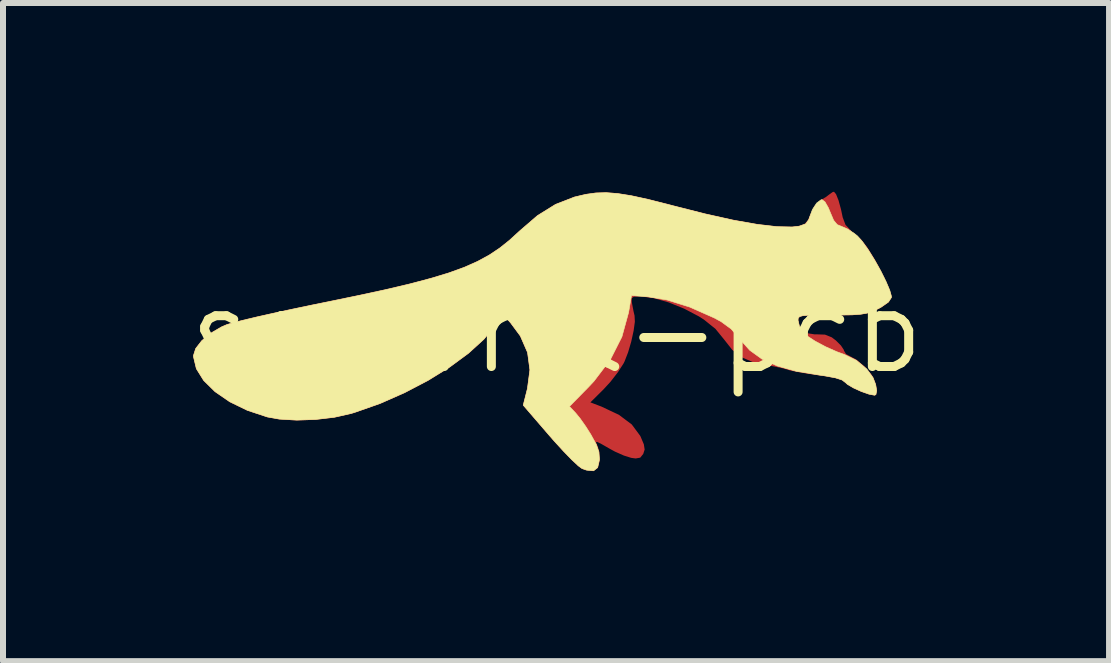
<source format=kicad_pcb>
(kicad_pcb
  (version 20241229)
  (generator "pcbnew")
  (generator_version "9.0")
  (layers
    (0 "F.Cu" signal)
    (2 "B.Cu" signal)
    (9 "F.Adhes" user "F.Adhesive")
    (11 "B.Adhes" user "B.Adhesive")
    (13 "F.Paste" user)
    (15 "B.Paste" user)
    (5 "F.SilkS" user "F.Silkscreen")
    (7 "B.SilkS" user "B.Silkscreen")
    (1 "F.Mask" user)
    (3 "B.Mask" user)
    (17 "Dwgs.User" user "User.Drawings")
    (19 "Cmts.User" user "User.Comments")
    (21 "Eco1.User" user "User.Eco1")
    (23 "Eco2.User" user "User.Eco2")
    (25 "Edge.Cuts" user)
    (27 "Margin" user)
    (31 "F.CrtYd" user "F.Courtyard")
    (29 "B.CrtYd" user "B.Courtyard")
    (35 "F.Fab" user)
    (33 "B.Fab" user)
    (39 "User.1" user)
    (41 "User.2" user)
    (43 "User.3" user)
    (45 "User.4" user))
  (footprint "squirrel-pcb"
    (layer "F.Cu")
    (at 6.228 2.479)
    (property "Reference" "squirrel-pcb" (at 0 0 0) (layer "F.SilkS") (effects (font (size 1.27 1.27) (thickness 0.15))))
    (attr through_hole)
    (fp_poly (pts (xy 4.686 -2.46) (xy 4.778 -2.38) (xy 4.856 -2.248) (xy 4.903 -2.095) (xy 4.911 -2.017) (xy 4.949 -1.913) (xy 5.065 -1.789) (xy 5.092 -1.766) (xy 5.209 -1.649) (xy 5.332 -1.481) (xy 5.469 -1.249) (xy 5.516 -1.164) (xy 5.636 -0.928) (xy 5.712 -0.749) (xy 5.748 -0.613) (xy 5.746 -0.507) (xy 5.709 -0.417) (xy 5.696 -0.396) (xy 5.593 -0.306) (xy 5.428 -0.223) (xy 5.22 -0.155) (xy 4.992 -0.111) (xy 4.952 -0.106) (xy 4.675 -0.077) (xy 4.875 0.12) (xy 5.002 0.242) (xy 5.128 0.354) (xy 5.205 0.417) (xy 5.331 0.541) (xy 5.423 0.689) (xy 5.479 0.845) (xy 5.498 0.993) (xy 5.478 1.117) (xy 5.415 1.2) (xy 5.319 1.228) (xy 5.189 1.209) (xy 5.026 1.162) (xy 4.866 1.098) (xy 4.744 1.031) (xy 4.719 1.011) (xy 4.618 0.958) (xy 4.45 0.913) (xy 4.316 0.89) (xy 3.93 0.825) (xy 3.51 0.734) (xy 3.194 0.653) (xy 2.966 0.549) (xy 2.768 0.382) (xy 2.64 0.201) (xy 2.554 0.095) (xy 2.407 -0.024) (xy 2.22 -0.144) (xy 2.013 -0.251) (xy 1.807 -0.333) (xy 1.787 -0.339) (xy 1.644 -0.382) (xy 1.533 -0.412) (xy 1.48 -0.423) (xy 1.462 -0.387) (xy 1.465 -0.298) (xy 1.468 -0.282) (xy 1.47 -0.052) (xy 1.415 0.213) (xy 1.309 0.494) (xy 1.16 0.769) (xy 1.047 0.931) (xy 0.901 1.121) (xy 1.138 1.252) (xy 1.321 1.38) (xy 1.463 1.532) (xy 1.563 1.695) (xy 1.618 1.858) (xy 1.629 2.009) (xy 1.593 2.136) (xy 1.51 2.228) (xy 1.377 2.273) (xy 1.249 2.27) (xy 1.116 2.247) (xy 1.004 2.223) (xy 0.99 2.22) (xy 0.918 2.218) (xy 0.879 2.279) (xy 0.872 2.305) (xy 0.805 2.417) (xy 0.684 2.479) (xy 0.526 2.485) (xy 0.356 2.437) (xy 0.282 2.386) (xy 0.167 2.283) (xy 0.025 2.141) (xy -0.131 1.974) (xy -0.197 1.899) (xy -0.394 1.674) (xy -0.541 1.501) (xy -0.642 1.373) (xy -0.705 1.28) (xy -0.737 1.212) (xy -0.742 1.16) (xy -0.727 1.115) (xy -0.724 1.109) (xy -0.642 0.871) (xy -0.625 0.608) (xy -0.673 0.346) (xy -0.767 0.14) (xy -0.853 0.001) (xy -1.124 0.272) (xy -1.491 0.594) (xy -1.912 0.886) (xy -2.372 1.141) (xy -2.853 1.352) (xy -3.341 1.512) (xy -3.817 1.614) (xy -4.267 1.65) (xy -4.27 1.65) (xy -4.614 1.627) (xy -4.944 1.561) (xy -5.251 1.458) (xy -5.529 1.324) (xy -5.771 1.165) (xy -5.968 0.986) (xy -6.114 0.795) (xy -6.202 0.596) (xy -6.223 0.396) (xy -6.171 0.202) (xy -6.127 0.124) (xy -6.058 0.031) (xy -5.979 -0.051) (xy -5.883 -0.124) (xy -5.761 -0.191) (xy -5.607 -0.255) (xy -5.41 -0.319) (xy -5.165 -0.385) (xy -4.862 -0.457) (xy -4.494 -0.537) (xy -4.053 -0.629) (xy -3.92 -0.656) (xy -3.37 -0.769) (xy -2.897 -0.872) (xy -2.491 -0.967) (xy -2.145 -1.058) (xy -1.852 -1.147) (xy -1.603 -1.236) (xy -1.39 -1.33) (xy -1.206 -1.43) (xy -1.043 -1.539) (xy -0.892 -1.66) (xy -0.758 -1.785) (xy -0.482 -2.037) (xy -0.225 -2.222) (xy 0.03 -2.35) (xy 0.305 -2.428) (xy 0.618 -2.466) (xy 0.804 -2.472) (xy 0.986 -2.472) (xy 1.138 -2.464) (xy 1.285 -2.446) (xy 1.447 -2.414) (xy 1.646 -2.364) (xy 1.891 -2.296) (xy 2.35 -2.172) (xy 2.74 -2.078) (xy 3.073 -2.011) (xy 3.358 -1.969) (xy 3.606 -1.95) (xy 3.698 -1.949) (xy 4.043 -1.95) (xy 4.128 -2.127) (xy 4.226 -2.271) (xy 4.357 -2.386) (xy 4.5 -2.458) (xy 4.634 -2.474) (xy 4.686 -2.46)) (stroke (width 0.01) (type solid)) (fill yes) (layer "F.Mask"))
    (fp_poly (pts (xy 1.017 -2.303) (xy 1.243 -2.267) (xy 1.518 -2.207) (xy 1.855 -2.122) (xy 1.946 -2.098) (xy 2.479 -1.963) (xy 2.946 -1.859) (xy 3.345 -1.789) (xy 3.673 -1.751) (xy 3.927 -1.746) (xy 4.042 -1.759) (xy 4.152 -1.799) (xy 4.205 -1.876) (xy 4.211 -1.898) (xy 4.263 -2.038) (xy 4.333 -2.145) (xy 4.407 -2.199) (xy 4.423 -2.201) (xy 4.472 -2.164) (xy 4.528 -2.066) (xy 4.559 -1.991) (xy 4.616 -1.857) (xy 4.676 -1.785) (xy 4.747 -1.756) (xy 4.847 -1.713) (xy 4.967 -1.633) (xy 5.013 -1.596) (xy 5.096 -1.502) (xy 5.196 -1.361) (xy 5.302 -1.19) (xy 5.404 -1.009) (xy 5.49 -0.836) (xy 5.552 -0.689) (xy 5.579 -0.589) (xy 5.579 -0.572) (xy 5.529 -0.495) (xy 5.407 -0.41) (xy 5.355 -0.382) (xy 5.261 -0.339) (xy 5.171 -0.31) (xy 5.067 -0.292) (xy 4.928 -0.282) (xy 4.736 -0.279) (xy 4.583 -0.279) (xy 4.356 -0.279) (xy 4.2 -0.276) (xy 4.102 -0.268) (xy 4.049 -0.253) (xy 4.026 -0.229) (xy 4.022 -0.195) (xy 4.022 -0.192) (xy 4.046 -0.09) (xy 4.088 -0.008) (xy 4.169 0.067) (xy 4.308 0.157) (xy 4.482 0.25) (xy 4.669 0.333) (xy 4.795 0.379) (xy 4.995 0.477) (xy 5.169 0.622) (xy 5.272 0.765) (xy 5.316 0.879) (xy 5.333 0.982) (xy 5.32 1.047) (xy 5.299 1.058) (xy 5.205 1.04) (xy 5.077 0.995) (xy 4.947 0.936) (xy 4.848 0.878) (xy 4.815 0.848) (xy 4.757 0.804) (xy 4.645 0.768) (xy 4.466 0.735) (xy 4.381 0.723) (xy 3.993 0.659) (xy 3.677 0.571) (xy 3.422 0.456) (xy 3.217 0.308) (xy 3.051 0.122) (xy 3.037 0.102) (xy 2.908 -0.046) (xy 2.74 -0.169) (xy 2.625 -0.231) (xy 2.218 -0.411) (xy 1.841 -0.529) (xy 1.523 -0.582) (xy 1.247 -0.603) (xy 1.198 -0.32) (xy 1.087 0.084) (xy 0.894 0.466) (xy 0.621 0.825) (xy 0.531 0.921) (xy 0.213 1.245) (xy 0.315 1.353) (xy 0.391 1.446) (xy 0.486 1.581) (xy 0.57 1.714) (xy 0.659 1.876) (xy 0.703 2.001) (xy 0.712 2.119) (xy 0.711 2.138) (xy 0.683 2.262) (xy 0.616 2.317) (xy 0.5 2.307) (xy 0.423 2.28) (xy 0.36 2.234) (xy 0.254 2.135) (xy 0.119 1.996) (xy -0.034 1.829) (xy -0.12 1.731) (xy -0.557 1.224) (xy -0.487 0.947) (xy -0.446 0.636) (xy -0.485 0.346) (xy -0.605 0.071) (xy -0.767 -0.148) (xy -0.898 -0.297) (xy -1.028 -0.101) (xy -1.214 0.125) (xy -1.47 0.358) (xy -1.784 0.589) (xy -2.144 0.811) (xy -2.536 1.016) (xy -2.947 1.197) (xy -3.366 1.344) (xy -3.425 1.362) (xy -3.704 1.425) (xy -4.016 1.462) (xy -4.332 1.473) (xy -4.622 1.456) (xy -4.823 1.42) (xy -5.155 1.31) (xy -5.449 1.167) (xy -5.694 0.998) (xy -5.883 0.812) (xy -6.005 0.616) (xy -6.053 0.416) (xy -6.054 0.399) (xy -6.016 0.28) (xy -5.915 0.15) (xy -5.766 0.025) (xy -5.586 -0.08) (xy -5.498 -0.118) (xy -5.398 -0.148) (xy -5.228 -0.191) (xy -4.998 -0.246) (xy -4.721 -0.308) (xy -4.41 -0.375) (xy -4.076 -0.445) (xy -3.889 -0.483) (xy -3.335 -0.597) (xy -2.857 -0.7) (xy -2.446 -0.797) (xy -2.095 -0.89) (xy -1.795 -0.981) (xy -1.539 -1.074) (xy -1.318 -1.172) (xy -1.125 -1.277) (xy -0.951 -1.393) (xy -0.788 -1.523) (xy -0.629 -1.668) (xy -0.622 -1.675) (xy -0.32 -1.935) (xy -0.019 -2.122) (xy 0.297 -2.245) (xy 0.488 -2.29) (xy 0.654 -2.313) (xy 0.825 -2.318) (xy 1.017 -2.303)) (stroke (width 0.01) (type solid)) (fill yes) (layer "F.SilkS"))
    (pad "1" smd custom (at 0.4 -1) (size 1.524 1.524) (layers "F.Cu" "F.Mask") (options (anchor circle)) (primitives (gr_poly (pts (xy 4.252 -1.29) (xy 4.293 -1.187) (xy 4.334 -1.038) (xy 4.362 -0.905) (xy 4.409 -0.78) (xy 4.514 -0.668) (xy 4.564 -0.63) (xy 4.668 -0.537) (xy 4.772 -0.405) (xy 4.888 -0.218) (xy 4.965 -0.08) (xy 5.055 0.098) (xy 5.125 0.255) (xy 5.169 0.373) (xy 5.179 0.428) (xy 5.129 0.505) (xy 5.008 0.59) (xy 4.955 0.618) (xy 4.861 0.661) (xy 4.771 0.69) (xy 4.667 0.708) (xy 4.528 0.718) (xy 4.336 0.721) (xy 4.183 0.721) (xy 3.956 0.721) (xy 3.8 0.724) (xy 3.702 0.732) (xy 3.649 0.747) (xy 3.626 0.77) (xy 3.622 0.805) (xy 3.622 0.81) (xy 3.653 0.946) (xy 3.746 1.026) (xy 3.902 1.049) (xy 3.928 1.048) (xy 4.071 1.053) (xy 4.181 1.097) (xy 4.25 1.149) (xy 4.334 1.233) (xy 4.381 1.304) (xy 4.384 1.318) (xy 4.419 1.376) (xy 4.469 1.402) (xy 4.593 1.469) (xy 4.727 1.581) (xy 4.838 1.71) (xy 4.872 1.765) (xy 4.916 1.879) (xy 4.933 1.982) (xy 4.92 2.047) (xy 4.899 2.058) (xy 4.804 2.04) (xy 4.676 1.995) (xy 4.547 1.936) (xy 4.447 1.877) (xy 4.414 1.847) (xy 4.36 1.805) (xy 4.254 1.769) (xy 4.084 1.737) (xy 3.96 1.72) (xy 3.774 1.693) (xy 3.611 1.665) (xy 3.495 1.641) (xy 3.463 1.631) (xy 3.369 1.604) (xy 3.227 1.574) (xy 3.114 1.554) (xy 2.867 1.499) (xy 2.68 1.419) (xy 2.531 1.3) (xy 2.402 1.136) (xy 2.249 0.948) (xy 2.056 0.793) (xy 1.971 0.739) (xy 1.725 0.61) (xy 1.464 0.505) (xy 1.215 0.435) (xy 1.005 0.407) (xy 0.994 0.407) (xy 0.888 0.411) (xy 0.847 0.437) (xy 0.847 0.506) (xy 0.854 0.545) (xy 0.875 0.656) (xy 0.893 0.733) (xy 0.893 0.734) (xy 0.898 0.833) (xy 0.877 0.984) (xy 0.838 1.162) (xy 0.786 1.34) (xy 0.727 1.492) (xy 0.709 1.528) (xy 0.617 1.671) (xy 0.491 1.833) (xy 0.374 1.96) (xy 0.153 2.179) (xy 0.344 2.252) (xy 0.635 2.389) (xy 0.848 2.549) (xy 0.986 2.735) (xy 0.994 2.75) (xy 1.048 2.878) (xy 1.061 2.963) (xy 1.038 3.034) (xy 0.99 3.094) (xy 0.916 3.107) (xy 0.843 3.097) (xy 0.722 3.059) (xy 0.573 2.993) (xy 0.485 2.945) (xy 0.349 2.867) (xy 0.274 2.83) (xy 0.249 2.835) (xy 0.263 2.878) (xy 0.278 2.907) (xy 0.306 3.007) (xy 0.312 3.136) (xy 0.312 3.15) (xy 0.281 3.268) (xy 0.208 3.318) (xy 0.087 3.303) (xy 0.023 3.28) (xy -0.04 3.234) (xy -0.146 3.135) (xy -0.281 2.996) (xy -0.434 2.829) (xy -0.52 2.731) (xy -0.957 2.224) (xy -0.887 1.947) (xy -0.846 1.636) (xy -0.885 1.346) (xy -1.005 1.071) (xy -1.167 0.852) (xy -1.298 0.703) (xy -1.428 0.899) (xy -1.614 1.125) (xy -1.87 1.358) (xy -2.184 1.589) (xy -2.544 1.811) (xy -2.936 2.016) (xy -3.347 2.197) (xy -3.766 2.344) (xy -3.825 2.362) (xy -4.104 2.425) (xy -4.416 2.462) (xy -4.732 2.473) (xy -5.022 2.456) (xy -5.223 2.42) (xy -5.555 2.31) (xy -5.849 2.167) (xy -6.094 1.998) (xy -6.283 1.812) (xy -6.405 1.616) (xy -6.453 1.416) (xy -6.454 1.399) (xy -6.416 1.28) (xy -6.315 1.15) (xy -6.166 1.025) (xy -5.986 0.92) (xy -5.898 0.882) (xy -5.798 0.852) (xy -5.628 0.809) (xy -5.398 0.754) (xy -5.121 0.692) (xy -4.81 0.625) (xy -4.476 0.555) (xy -4.289 0.517) (xy -3.735 0.403) (xy -3.257 0.3) (xy -2.846 0.203) (xy -2.495 0.11) (xy -2.195 0.019) (xy -1.939 -0.074) (xy -1.718 -0.172) (xy -1.525 -0.277) (xy -1.351 -0.393) (xy -1.188 -0.523) (xy -1.029 -0.668) (xy -1.022 -0.675) (xy -0.72 -0.935) (xy -0.419 -1.122) (xy -0.103 -1.245) (xy 0.088 -1.29) (xy 0.254 -1.313) (xy 0.425 -1.318) (xy 0.617 -1.303) (xy 0.843 -1.267) (xy 1.118 -1.207) (xy 1.455 -1.122) (xy 1.546 -1.098) (xy 2.071 -0.965) (xy 2.534 -0.862) (xy 2.93 -0.791) (xy 3.257 -0.752) (xy 3.512 -0.745) (xy 3.637 -0.759) (xy 3.732 -0.79) (xy 3.792 -0.857) (xy 3.836 -0.96) (xy 3.9 -1.089) (xy 3.981 -1.176) (xy 3.996 -1.185) (xy 4.09 -1.241) (xy 4.142 -1.281) (xy 4.201 -1.323) (xy 4.22 -1.328) (xy 4.252 -1.29)) (width 0.01) (fill yes)))))
  (gr_rect
    (start -3 -3)
    (end 15.434 7.969)
    (stroke (width 0.1) (type default))
    (fill no)
    (layer "Edge.Cuts")))
</source>
